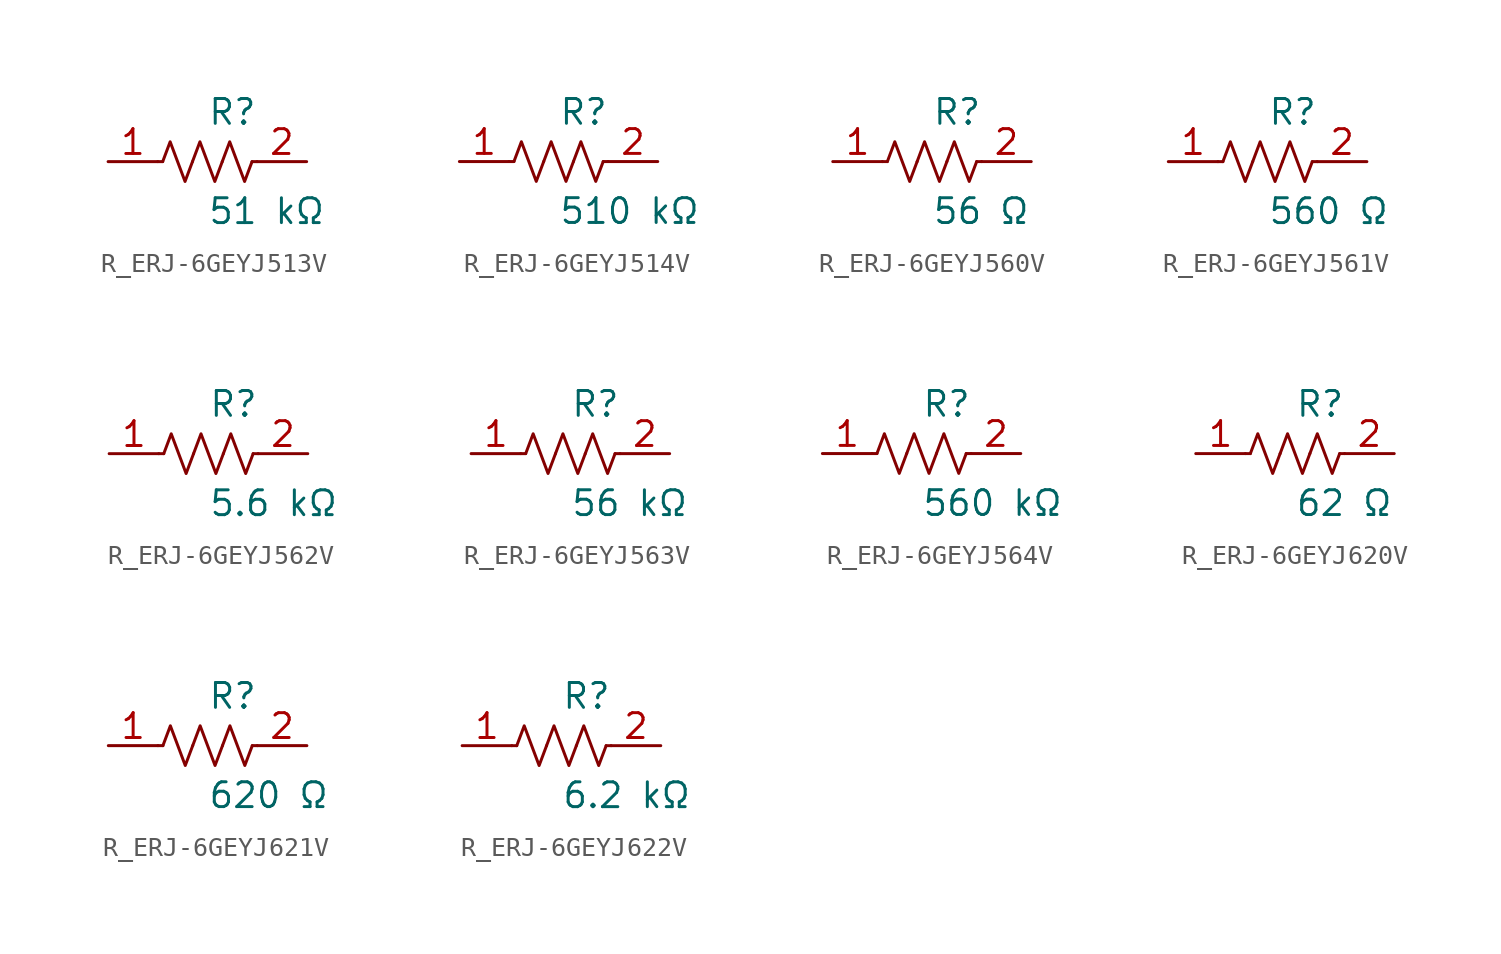
<source format=kicad_sym>
(kicad_symbol_lib
  (version 20231120)
  (generator kicad_symbol_editor)
  (generator_version 8.0)
  (symbol "R_ERJ-6GEYJ513V"
    (pin_names
      (offset 0.254))
    (property "Reference" "R"
      (at 0.0 2.54 0)
      (effects (font (size 1.27 1.27)) (justify left)))
    (property "Value" "51 kΩ"
      (at 0.0 -2.54 0)
      (effects (font (size 1.27 1.27)) (justify left)))
    (symbol "R_ERJ-6GEYJ513V_0_1"
      (polyline (pts (xy 2.286 0) (xy 2.54 0)) (stroke (width 0) (type default)) (fill (type none)))
      (polyline (pts (xy -2.286 0) (xy -2.54 0)) (stroke (width 0) (type default)) (fill (type none)))
      (polyline (pts (xy 0.762 0) (xy 1.143 1.016) (xy 1.524 0) (xy 1.905 -1.016) (xy 2.286 0)) (stroke (width 0) (type default)) (fill (type none)))
      (polyline (pts (xy -0.762 0) (xy -0.381 1.016) (xy 0 0) (xy 0.381 -1.016) (xy 0.762 0)) (stroke (width 0) (type default)) (fill (type none)))
      (polyline (pts (xy -2.286 0) (xy -1.905 1.016) (xy -1.524 0) (xy -1.143 -1.016) (xy -0.762 0)) (stroke (width 0) (type default)) (fill (type none))))
    (pin unspecified line
      (at -5.08 0 0)
      (length 2.54)
      (name "" (effects (font (size 1.27 1.27))))
      (number "1" (effects (font (size 1.27 1.27)))))
    (pin unspecified line
      (at 5.08 0 180)
      (length 2.54)
      (name "" (effects (font (size 1.27 1.27))))
      (number "2" (effects (font (size 1.27 1.27))))))
  (symbol "R_ERJ-6GEYJ514V"
    (pin_names
      (offset 0.254))
    (property "Reference" "R"
      (at 0.0 2.54 0)
      (effects (font (size 1.27 1.27)) (justify left)))
    (property "Value" "510 kΩ"
      (at 0.0 -2.54 0)
      (effects (font (size 1.27 1.27)) (justify left)))
    (symbol "R_ERJ-6GEYJ514V_0_1"
      (polyline (pts (xy 2.286 0) (xy 2.54 0)) (stroke (width 0) (type default)) (fill (type none)))
      (polyline (pts (xy -2.286 0) (xy -2.54 0)) (stroke (width 0) (type default)) (fill (type none)))
      (polyline (pts (xy 0.762 0) (xy 1.143 1.016) (xy 1.524 0) (xy 1.905 -1.016) (xy 2.286 0)) (stroke (width 0) (type default)) (fill (type none)))
      (polyline (pts (xy -0.762 0) (xy -0.381 1.016) (xy 0 0) (xy 0.381 -1.016) (xy 0.762 0)) (stroke (width 0) (type default)) (fill (type none)))
      (polyline (pts (xy -2.286 0) (xy -1.905 1.016) (xy -1.524 0) (xy -1.143 -1.016) (xy -0.762 0)) (stroke (width 0) (type default)) (fill (type none))))
    (pin unspecified line
      (at -5.08 0 0)
      (length 2.54)
      (name "" (effects (font (size 1.27 1.27))))
      (number "1" (effects (font (size 1.27 1.27)))))
    (pin unspecified line
      (at 5.08 0 180)
      (length 2.54)
      (name "" (effects (font (size 1.27 1.27))))
      (number "2" (effects (font (size 1.27 1.27))))))
  (symbol "R_ERJ-6GEYJ560V"
    (pin_names
      (offset 0.254))
    (property "Reference" "R"
      (at 0.0 2.54 0)
      (effects (font (size 1.27 1.27)) (justify left)))
    (property "Value" "56 Ω"
      (at 0.0 -2.54 0)
      (effects (font (size 1.27 1.27)) (justify left)))
    (symbol "R_ERJ-6GEYJ560V_0_1"
      (polyline (pts (xy 2.286 0) (xy 2.54 0)) (stroke (width 0) (type default)) (fill (type none)))
      (polyline (pts (xy -2.286 0) (xy -2.54 0)) (stroke (width 0) (type default)) (fill (type none)))
      (polyline (pts (xy 0.762 0) (xy 1.143 1.016) (xy 1.524 0) (xy 1.905 -1.016) (xy 2.286 0)) (stroke (width 0) (type default)) (fill (type none)))
      (polyline (pts (xy -0.762 0) (xy -0.381 1.016) (xy 0 0) (xy 0.381 -1.016) (xy 0.762 0)) (stroke (width 0) (type default)) (fill (type none)))
      (polyline (pts (xy -2.286 0) (xy -1.905 1.016) (xy -1.524 0) (xy -1.143 -1.016) (xy -0.762 0)) (stroke (width 0) (type default)) (fill (type none))))
    (pin unspecified line
      (at -5.08 0 0)
      (length 2.54)
      (name "" (effects (font (size 1.27 1.27))))
      (number "1" (effects (font (size 1.27 1.27)))))
    (pin unspecified line
      (at 5.08 0 180)
      (length 2.54)
      (name "" (effects (font (size 1.27 1.27))))
      (number "2" (effects (font (size 1.27 1.27))))))
  (symbol "R_ERJ-6GEYJ561V"
    (pin_names
      (offset 0.254))
    (property "Reference" "R"
      (at 0.0 2.54 0)
      (effects (font (size 1.27 1.27)) (justify left)))
    (property "Value" "560 Ω"
      (at 0.0 -2.54 0)
      (effects (font (size 1.27 1.27)) (justify left)))
    (symbol "R_ERJ-6GEYJ561V_0_1"
      (polyline (pts (xy 2.286 0) (xy 2.54 0)) (stroke (width 0) (type default)) (fill (type none)))
      (polyline (pts (xy -2.286 0) (xy -2.54 0)) (stroke (width 0) (type default)) (fill (type none)))
      (polyline (pts (xy 0.762 0) (xy 1.143 1.016) (xy 1.524 0) (xy 1.905 -1.016) (xy 2.286 0)) (stroke (width 0) (type default)) (fill (type none)))
      (polyline (pts (xy -0.762 0) (xy -0.381 1.016) (xy 0 0) (xy 0.381 -1.016) (xy 0.762 0)) (stroke (width 0) (type default)) (fill (type none)))
      (polyline (pts (xy -2.286 0) (xy -1.905 1.016) (xy -1.524 0) (xy -1.143 -1.016) (xy -0.762 0)) (stroke (width 0) (type default)) (fill (type none))))
    (pin unspecified line
      (at -5.08 0 0)
      (length 2.54)
      (name "" (effects (font (size 1.27 1.27))))
      (number "1" (effects (font (size 1.27 1.27)))))
    (pin unspecified line
      (at 5.08 0 180)
      (length 2.54)
      (name "" (effects (font (size 1.27 1.27))))
      (number "2" (effects (font (size 1.27 1.27))))))
  (symbol "R_ERJ-6GEYJ562V"
    (pin_names
      (offset 0.254))
    (property "Reference" "R"
      (at 0.0 2.54 0)
      (effects (font (size 1.27 1.27)) (justify left)))
    (property "Value" "5.6 kΩ"
      (at 0.0 -2.54 0)
      (effects (font (size 1.27 1.27)) (justify left)))
    (symbol "R_ERJ-6GEYJ562V_0_1"
      (polyline (pts (xy 2.286 0) (xy 2.54 0)) (stroke (width 0) (type default)) (fill (type none)))
      (polyline (pts (xy -2.286 0) (xy -2.54 0)) (stroke (width 0) (type default)) (fill (type none)))
      (polyline (pts (xy 0.762 0) (xy 1.143 1.016) (xy 1.524 0) (xy 1.905 -1.016) (xy 2.286 0)) (stroke (width 0) (type default)) (fill (type none)))
      (polyline (pts (xy -0.762 0) (xy -0.381 1.016) (xy 0 0) (xy 0.381 -1.016) (xy 0.762 0)) (stroke (width 0) (type default)) (fill (type none)))
      (polyline (pts (xy -2.286 0) (xy -1.905 1.016) (xy -1.524 0) (xy -1.143 -1.016) (xy -0.762 0)) (stroke (width 0) (type default)) (fill (type none))))
    (pin unspecified line
      (at -5.08 0 0)
      (length 2.54)
      (name "" (effects (font (size 1.27 1.27))))
      (number "1" (effects (font (size 1.27 1.27)))))
    (pin unspecified line
      (at 5.08 0 180)
      (length 2.54)
      (name "" (effects (font (size 1.27 1.27))))
      (number "2" (effects (font (size 1.27 1.27))))))
  (symbol "R_ERJ-6GEYJ563V"
    (pin_names
      (offset 0.254))
    (property "Reference" "R"
      (at 0.0 2.54 0)
      (effects (font (size 1.27 1.27)) (justify left)))
    (property "Value" "56 kΩ"
      (at 0.0 -2.54 0)
      (effects (font (size 1.27 1.27)) (justify left)))
    (symbol "R_ERJ-6GEYJ563V_0_1"
      (polyline (pts (xy 2.286 0) (xy 2.54 0)) (stroke (width 0) (type default)) (fill (type none)))
      (polyline (pts (xy -2.286 0) (xy -2.54 0)) (stroke (width 0) (type default)) (fill (type none)))
      (polyline (pts (xy 0.762 0) (xy 1.143 1.016) (xy 1.524 0) (xy 1.905 -1.016) (xy 2.286 0)) (stroke (width 0) (type default)) (fill (type none)))
      (polyline (pts (xy -0.762 0) (xy -0.381 1.016) (xy 0 0) (xy 0.381 -1.016) (xy 0.762 0)) (stroke (width 0) (type default)) (fill (type none)))
      (polyline (pts (xy -2.286 0) (xy -1.905 1.016) (xy -1.524 0) (xy -1.143 -1.016) (xy -0.762 0)) (stroke (width 0) (type default)) (fill (type none))))
    (pin unspecified line
      (at -5.08 0 0)
      (length 2.54)
      (name "" (effects (font (size 1.27 1.27))))
      (number "1" (effects (font (size 1.27 1.27)))))
    (pin unspecified line
      (at 5.08 0 180)
      (length 2.54)
      (name "" (effects (font (size 1.27 1.27))))
      (number "2" (effects (font (size 1.27 1.27))))))
  (symbol "R_ERJ-6GEYJ564V"
    (pin_names
      (offset 0.254))
    (property "Reference" "R"
      (at 0.0 2.54 0)
      (effects (font (size 1.27 1.27)) (justify left)))
    (property "Value" "560 kΩ"
      (at 0.0 -2.54 0)
      (effects (font (size 1.27 1.27)) (justify left)))
    (symbol "R_ERJ-6GEYJ564V_0_1"
      (polyline (pts (xy 2.286 0) (xy 2.54 0)) (stroke (width 0) (type default)) (fill (type none)))
      (polyline (pts (xy -2.286 0) (xy -2.54 0)) (stroke (width 0) (type default)) (fill (type none)))
      (polyline (pts (xy 0.762 0) (xy 1.143 1.016) (xy 1.524 0) (xy 1.905 -1.016) (xy 2.286 0)) (stroke (width 0) (type default)) (fill (type none)))
      (polyline (pts (xy -0.762 0) (xy -0.381 1.016) (xy 0 0) (xy 0.381 -1.016) (xy 0.762 0)) (stroke (width 0) (type default)) (fill (type none)))
      (polyline (pts (xy -2.286 0) (xy -1.905 1.016) (xy -1.524 0) (xy -1.143 -1.016) (xy -0.762 0)) (stroke (width 0) (type default)) (fill (type none))))
    (pin unspecified line
      (at -5.08 0 0)
      (length 2.54)
      (name "" (effects (font (size 1.27 1.27))))
      (number "1" (effects (font (size 1.27 1.27)))))
    (pin unspecified line
      (at 5.08 0 180)
      (length 2.54)
      (name "" (effects (font (size 1.27 1.27))))
      (number "2" (effects (font (size 1.27 1.27))))))
  (symbol "R_ERJ-6GEYJ620V"
    (pin_names
      (offset 0.254))
    (property "Reference" "R"
      (at 0.0 2.54 0)
      (effects (font (size 1.27 1.27)) (justify left)))
    (property "Value" "62 Ω"
      (at 0.0 -2.54 0)
      (effects (font (size 1.27 1.27)) (justify left)))
    (symbol "R_ERJ-6GEYJ620V_0_1"
      (polyline (pts (xy 2.286 0) (xy 2.54 0)) (stroke (width 0) (type default)) (fill (type none)))
      (polyline (pts (xy -2.286 0) (xy -2.54 0)) (stroke (width 0) (type default)) (fill (type none)))
      (polyline (pts (xy 0.762 0) (xy 1.143 1.016) (xy 1.524 0) (xy 1.905 -1.016) (xy 2.286 0)) (stroke (width 0) (type default)) (fill (type none)))
      (polyline (pts (xy -0.762 0) (xy -0.381 1.016) (xy 0 0) (xy 0.381 -1.016) (xy 0.762 0)) (stroke (width 0) (type default)) (fill (type none)))
      (polyline (pts (xy -2.286 0) (xy -1.905 1.016) (xy -1.524 0) (xy -1.143 -1.016) (xy -0.762 0)) (stroke (width 0) (type default)) (fill (type none))))
    (pin unspecified line
      (at -5.08 0 0)
      (length 2.54)
      (name "" (effects (font (size 1.27 1.27))))
      (number "1" (effects (font (size 1.27 1.27)))))
    (pin unspecified line
      (at 5.08 0 180)
      (length 2.54)
      (name "" (effects (font (size 1.27 1.27))))
      (number "2" (effects (font (size 1.27 1.27))))))
  (symbol "R_ERJ-6GEYJ621V"
    (pin_names
      (offset 0.254))
    (property "Reference" "R"
      (at 0.0 2.54 0)
      (effects (font (size 1.27 1.27)) (justify left)))
    (property "Value" "620 Ω"
      (at 0.0 -2.54 0)
      (effects (font (size 1.27 1.27)) (justify left)))
    (symbol "R_ERJ-6GEYJ621V_0_1"
      (polyline (pts (xy 2.286 0) (xy 2.54 0)) (stroke (width 0) (type default)) (fill (type none)))
      (polyline (pts (xy -2.286 0) (xy -2.54 0)) (stroke (width 0) (type default)) (fill (type none)))
      (polyline (pts (xy 0.762 0) (xy 1.143 1.016) (xy 1.524 0) (xy 1.905 -1.016) (xy 2.286 0)) (stroke (width 0) (type default)) (fill (type none)))
      (polyline (pts (xy -0.762 0) (xy -0.381 1.016) (xy 0 0) (xy 0.381 -1.016) (xy 0.762 0)) (stroke (width 0) (type default)) (fill (type none)))
      (polyline (pts (xy -2.286 0) (xy -1.905 1.016) (xy -1.524 0) (xy -1.143 -1.016) (xy -0.762 0)) (stroke (width 0) (type default)) (fill (type none))))
    (pin unspecified line
      (at -5.08 0 0)
      (length 2.54)
      (name "" (effects (font (size 1.27 1.27))))
      (number "1" (effects (font (size 1.27 1.27)))))
    (pin unspecified line
      (at 5.08 0 180)
      (length 2.54)
      (name "" (effects (font (size 1.27 1.27))))
      (number "2" (effects (font (size 1.27 1.27))))))
  (symbol "R_ERJ-6GEYJ622V"
    (pin_names
      (offset 0.254))
    (property "Reference" "R"
      (at 0.0 2.54 0)
      (effects (font (size 1.27 1.27)) (justify left)))
    (property "Value" "6.2 kΩ"
      (at 0.0 -2.54 0)
      (effects (font (size 1.27 1.27)) (justify left)))
    (symbol "R_ERJ-6GEYJ622V_0_1"
      (polyline (pts (xy 2.286 0) (xy 2.54 0)) (stroke (width 0) (type default)) (fill (type none)))
      (polyline (pts (xy -2.286 0) (xy -2.54 0)) (stroke (width 0) (type default)) (fill (type none)))
      (polyline (pts (xy 0.762 0) (xy 1.143 1.016) (xy 1.524 0) (xy 1.905 -1.016) (xy 2.286 0)) (stroke (width 0) (type default)) (fill (type none)))
      (polyline (pts (xy -0.762 0) (xy -0.381 1.016) (xy 0 0) (xy 0.381 -1.016) (xy 0.762 0)) (stroke (width 0) (type default)) (fill (type none)))
      (polyline (pts (xy -2.286 0) (xy -1.905 1.016) (xy -1.524 0) (xy -1.143 -1.016) (xy -0.762 0)) (stroke (width 0) (type default)) (fill (type none))))
    (pin unspecified line
      (at -5.08 0 0)
      (length 2.54)
      (name "" (effects (font (size 1.27 1.27))))
      (number "1" (effects (font (size 1.27 1.27)))))
    (pin unspecified line
      (at 5.08 0 180)
      (length 2.54)
      (name "" (effects (font (size 1.27 1.27))))
      (number "2" (effects (font (size 1.27 1.27)))))))
</source>
